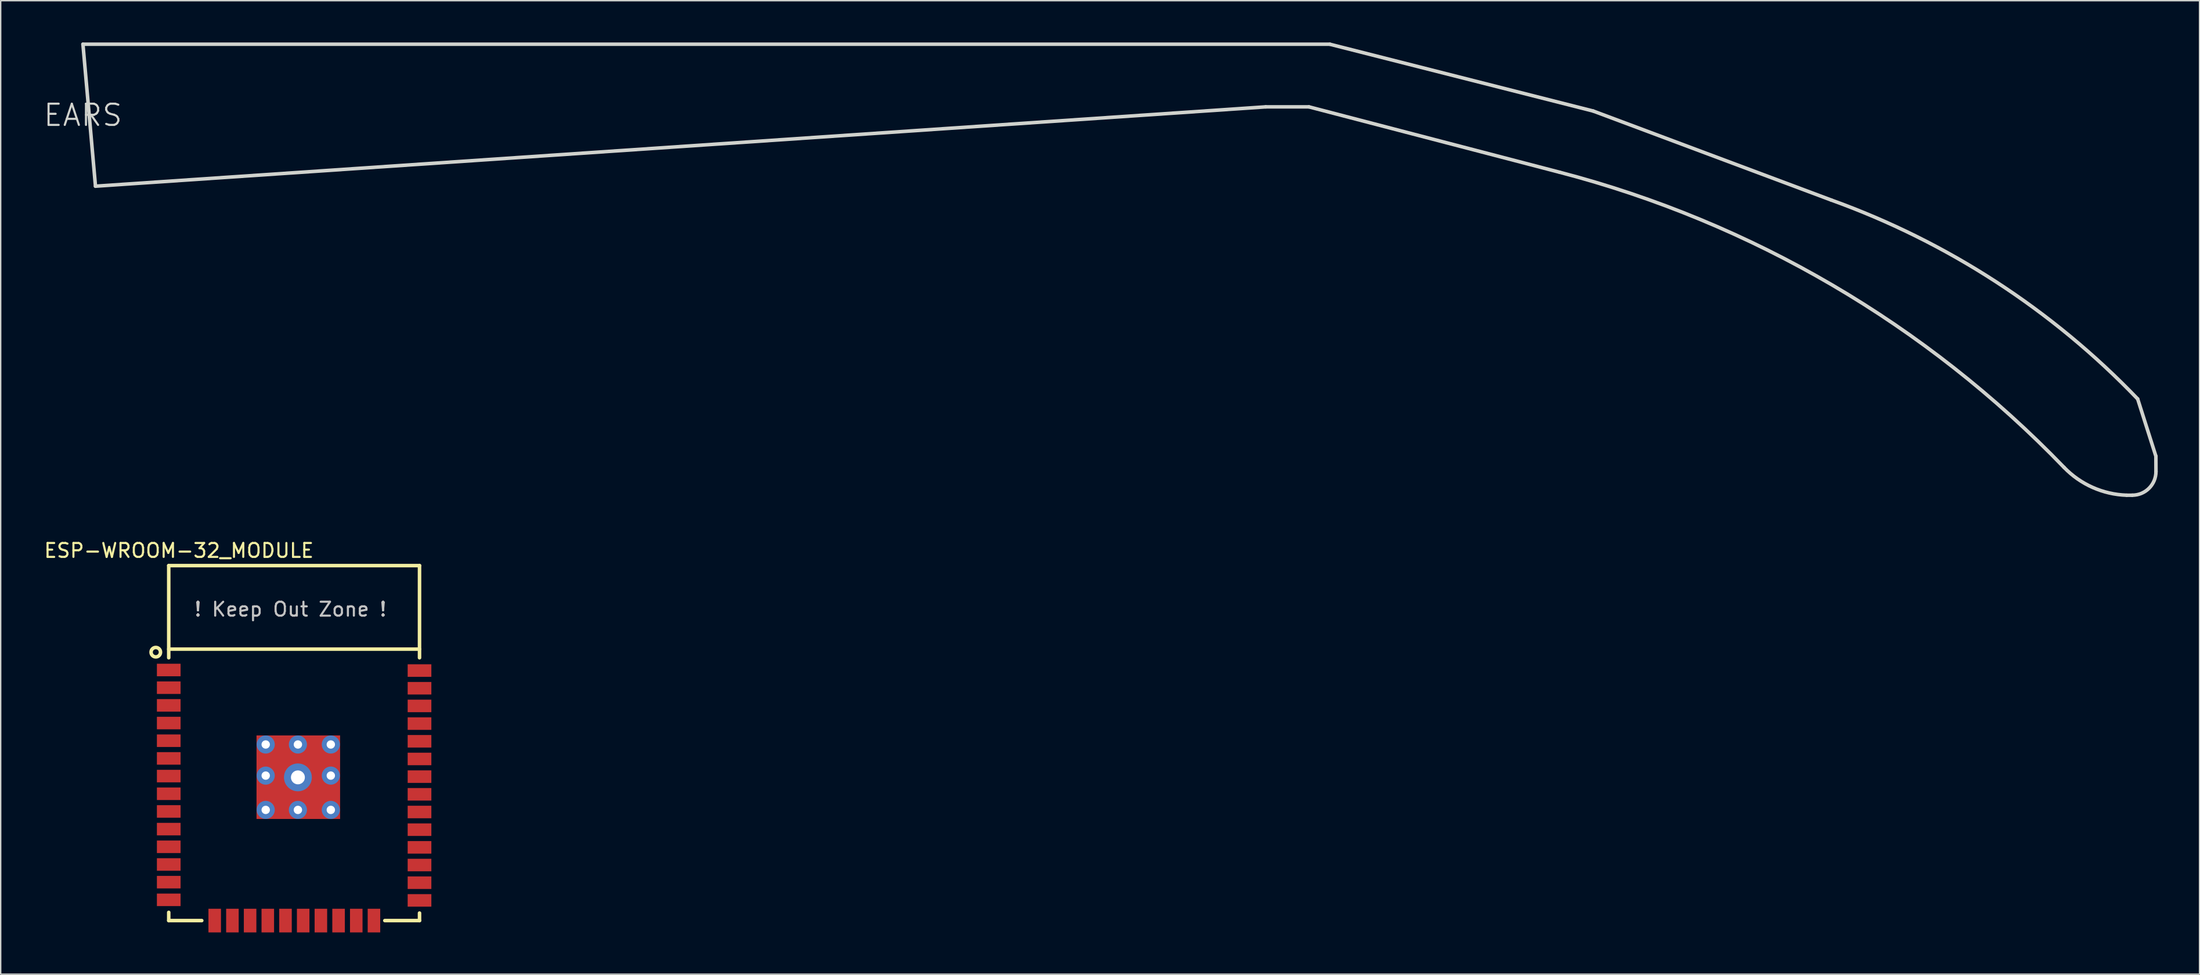
<source format=kicad_pcb>
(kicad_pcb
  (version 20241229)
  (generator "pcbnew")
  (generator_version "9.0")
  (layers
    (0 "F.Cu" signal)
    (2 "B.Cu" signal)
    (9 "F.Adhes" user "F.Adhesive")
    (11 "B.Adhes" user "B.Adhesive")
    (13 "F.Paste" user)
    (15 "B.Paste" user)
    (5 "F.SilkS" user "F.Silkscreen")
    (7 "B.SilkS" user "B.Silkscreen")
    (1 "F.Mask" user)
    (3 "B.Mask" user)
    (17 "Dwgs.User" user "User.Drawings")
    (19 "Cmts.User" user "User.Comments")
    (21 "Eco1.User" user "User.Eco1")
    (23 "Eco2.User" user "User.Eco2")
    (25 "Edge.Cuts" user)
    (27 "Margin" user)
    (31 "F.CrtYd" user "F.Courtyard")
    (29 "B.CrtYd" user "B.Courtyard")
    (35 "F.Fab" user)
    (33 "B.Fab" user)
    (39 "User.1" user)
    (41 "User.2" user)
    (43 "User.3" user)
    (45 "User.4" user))
  (footprint "ESP-WROOM-32_MODULE"
    (layer "F.Cu")
    (at 18.062 50.33)
    (property "Reference" "ESP-WROOM-32_MODULE" (at -8.27 -13.83 0) (layer "F.SilkS") (effects (font (size 1 1) (thickness 0.15))))
    (attr through_hole)
    (fp_line (start -9 -12.75) (end -9 -6.13) (stroke (width 0.254) (type solid)) (layer "F.SilkS"))
    (fp_line (start -9 -12.75) (end 9 -12.75) (stroke (width 0.254) (type solid)) (layer "F.SilkS"))
    (fp_line (start -9 -6.75) (end 9 -6.75) (stroke (width 0.254) (type solid)) (layer "F.SilkS"))
    (fp_line (start -9 12.75) (end -9 12.16) (stroke (width 0.254) (type solid)) (layer "F.SilkS"))
    (fp_line (start -9 12.75) (end -6.63 12.75) (stroke (width 0.254) (type solid)) (layer "F.SilkS"))
    (fp_line (start 9 -12.75) (end 9 -6.13) (stroke (width 0.254) (type solid)) (layer "F.SilkS"))
    (fp_line (start 9 12.75) (end 6.51 12.75) (stroke (width 0.254) (type solid)) (layer "F.SilkS"))
    (fp_line (start 9 12.75) (end 9 12.21) (stroke (width 0.254) (type solid)) (layer "F.SilkS"))
    (fp_circle (center -9.93 -6.53) (end -9.69 -6.77) (stroke (width 0.254) (type solid)) (fill no) (layer "F.SilkS"))
    (fp_text user "! Keep Out Zone !" (at -0.26 -9.61 0) (layer "Dwgs.User") (effects (font (size 1 1) (thickness 0.15))))
    (pad "" smd rect (at -0.999 1.066) (size 1.4 1.4) (layers "F.Paste"))
    (pad "" smd rect (at -0.974 3.733) (size 1.4 1.4) (layers "F.Paste"))
    (pad "" smd rect (at 1.541 1.066) (size 1.4 1.4) (layers "F.Paste"))
    (pad "" smd rect (at 1.566 3.733) (size 1.4 1.4) (layers "F.Paste"))
    (pad "1" smd rect (at -9 -5.25) (size 1.7 0.9) (layers "F.Cu" "F.Mask" "F.Paste"))
    (pad "2" smd rect (at -9 -3.98) (size 1.7 0.9) (layers "F.Cu" "F.Mask" "F.Paste"))
    (pad "3" smd rect (at -9 -2.71) (size 1.7 0.9) (layers "F.Cu" "F.Mask" "F.Paste"))
    (pad "4" smd rect (at -9 -1.44) (size 1.7 0.9) (layers "F.Cu" "F.Mask" "F.Paste"))
    (pad "5" smd rect (at -9 -0.17) (size 1.7 0.9) (layers "F.Cu" "F.Mask" "F.Paste"))
    (pad "6" smd rect (at -9 1.1) (size 1.7 0.9) (layers "F.Cu" "F.Mask" "F.Paste"))
    (pad "7" smd rect (at -9 2.37) (size 1.7 0.9) (layers "F.Cu" "F.Mask" "F.Paste"))
    (pad "8" smd rect (at -9 3.64) (size 1.7 0.9) (layers "F.Cu" "F.Mask" "F.Paste"))
    (pad "9" smd rect (at -9 4.91) (size 1.7 0.9) (layers "F.Cu" "F.Mask" "F.Paste"))
    (pad "10" smd rect (at -9 6.18) (size 1.7 0.9) (layers "F.Cu" "F.Mask" "F.Paste"))
    (pad "11" smd rect (at -9 7.45) (size 1.7 0.9) (layers "F.Cu" "F.Mask" "F.Paste"))
    (pad "12" smd rect (at -9 8.72) (size 1.7 0.9) (layers "F.Cu" "F.Mask" "F.Paste"))
    (pad "13" smd rect (at -9 9.99) (size 1.7 0.9) (layers "F.Cu" "F.Mask" "F.Paste"))
    (pad "14" smd rect (at -9 11.26) (size 1.7 0.9) (layers "F.Cu" "F.Mask" "F.Paste"))
    (pad "15" smd rect (at -5.7 12.75) (size 0.9 1.7) (layers "F.Cu" "F.Mask" "F.Paste"))
    (pad "16" smd rect (at -4.43 12.75) (size 0.9 1.7) (layers "F.Cu" "F.Mask" "F.Paste"))
    (pad "17" smd rect (at -3.16 12.75) (size 0.9 1.7) (layers "F.Cu" "F.Mask" "F.Paste"))
    (pad "18" smd rect (at -1.89 12.75) (size 0.9 1.7) (layers "F.Cu" "F.Mask" "F.Paste"))
    (pad "19" smd rect (at -0.62 12.75) (size 0.9 1.7) (layers "F.Cu" "F.Mask" "F.Paste"))
    (pad "20" smd rect (at 0.65 12.75) (size 0.9 1.7) (layers "F.Cu" "F.Mask" "F.Paste"))
    (pad "21" smd rect (at 1.92 12.75) (size 0.9 1.7) (layers "F.Cu" "F.Mask" "F.Paste"))
    (pad "22" smd rect (at 3.19 12.75) (size 0.9 1.7) (layers "F.Cu" "F.Mask" "F.Paste"))
    (pad "23" smd rect (at 4.46 12.75) (size 0.9 1.7) (layers "F.Cu" "F.Mask" "F.Paste"))
    (pad "24" smd rect (at 5.73 12.75) (size 0.9 1.7) (layers "F.Cu" "F.Mask" "F.Paste"))
    (pad "25" smd rect (at 9 11.3) (size 1.7 0.9) (layers "F.Cu" "F.Mask" "F.Paste"))
    (pad "26" smd rect (at 9 10.03) (size 1.7 0.9) (layers "F.Cu" "F.Mask" "F.Paste"))
    (pad "27" smd rect (at 9 8.76) (size 1.7 0.9) (layers "F.Cu" "F.Mask" "F.Paste"))
    (pad "28" smd rect (at 9 7.49) (size 1.7 0.9) (layers "F.Cu" "F.Mask" "F.Paste"))
    (pad "29" smd rect (at 9 6.22) (size 1.7 0.9) (layers "F.Cu" "F.Mask" "F.Paste"))
    (pad "30" smd rect (at 9 4.95) (size 1.7 0.9) (layers "F.Cu" "F.Mask" "F.Paste"))
    (pad "31" smd rect (at 9 3.68) (size 1.7 0.9) (layers "F.Cu" "F.Mask" "F.Paste"))
    (pad "32" smd rect (at 9 2.41) (size 1.7 0.9) (layers "F.Cu" "F.Mask" "F.Paste"))
    (pad "33" smd rect (at 9 1.14) (size 1.7 0.9) (layers "F.Cu" "F.Mask" "F.Paste"))
    (pad "34" smd rect (at 9 -0.13) (size 1.7 0.9) (layers "F.Cu" "F.Mask" "F.Paste"))
    (pad "35" smd rect (at 9 -1.4) (size 1.7 0.9) (layers "F.Cu" "F.Mask" "F.Paste"))
    (pad "36" smd rect (at 9 -2.67) (size 1.7 0.9) (layers "F.Cu" "F.Mask" "F.Paste"))
    (pad "37" smd rect (at 9 -3.94) (size 1.7 0.9) (layers "F.Cu" "F.Mask" "F.Paste"))
    (pad "38" smd rect (at 9 -5.21) (size 1.7 0.9) (layers "F.Cu" "F.Mask" "F.Paste"))
    (pad "39" thru_hole circle (at -2.04 0.101) (size 1.3 1.3) (drill 0.6) (layers "*.Cu" "*.Mask"))
    (pad "39" thru_hole circle (at -2.04 2.336) (size 1.3 1.3) (drill 0.6) (layers "*.Cu" "*.Mask"))
    (pad "39" thru_hole circle (at -2.04 4.8) (size 1.3 1.3) (drill 0.6) (layers "*.Cu" "*.Mask"))
    (pad "39" thru_hole circle (at 0.271 0.101) (size 1.3 1.3) (drill 0.6) (layers "*.Cu" "*.Mask"))
    (pad "39" thru_hole circle (at 0.271 2.463) (size 2 2) (drill 1) (layers "*.Cu" "*.Mask"))
    (pad "39" thru_hole circle (at 0.271 4.8) (size 1.3 1.3) (drill 0.6) (layers "*.Cu" "*.Mask"))
    (pad "39" smd rect (at 0.3 2.45) (size 6 6) (layers "F.Cu" "F.Mask"))
    (pad "39" thru_hole circle (at 2.633 0.101) (size 1.3 1.3) (drill 0.6) (layers "*.Cu" "*.Mask"))
    (pad "39" thru_hole circle (at 2.633 2.336) (size 1.3 1.3) (drill 0.6) (layers "*.Cu" "*.Mask"))
    (pad "39" thru_hole circle (at 2.633 4.8) (size 1.3 1.3) (drill 0.6) (layers "*.Cu" "*.Mask")))
  (footprint "EARS"
    (layer "F.Cu")
    (at 2.903 5.225)
    (property "Reference" "EARS" (at 0 0 0) (layer "Edge.Cuts") (effects (font (size 1.524 1.524) (thickness 0.15))))
    (attr smd)
    (fp_line (start 0 -5.098) (end 89.499 -5.098) (stroke (width 0.254) (type solid)) (layer "Edge.Cuts"))
    (fp_line (start 0.9 5.1) (end 0 -5.098) (stroke (width 0.254) (type solid)) (layer "Edge.Cuts"))
    (fp_line (start 0.9 5.1) (end 84.9 -0.599) (stroke (width 0.254) (type solid)) (layer "Edge.Cuts"))
    (fp_line (start 84.9 -0.599) (end 87.998 -0.599) (stroke (width 0.254) (type solid)) (layer "Edge.Cuts"))
    (fp_line (start 87.998 -0.599) (end 105.999 4.1) (stroke (width 0.254) (type solid)) (layer "Edge.Cuts"))
    (fp_line (start 108.4 -0.3) (end 89.499 -5.098) (stroke (width 0.254) (type solid)) (layer "Edge.Cuts"))
    (fp_line (start 108.4 -0.3) (end 125.499 6.099) (stroke (width 0.254) (type solid)) (layer "Edge.Cuts"))
    (fp_line (start 146.698 27.3) (end 147.099 27.3) (stroke (width 0.254) (type solid)) (layer "Edge.Cuts"))
    (fp_line (start 147.485 20.384) (end 148.793 24.498) (stroke (width 0.254) (type solid)) (layer "Edge.Cuts"))
    (fp_line (start 148.798 25.598) (end 148.793 24.498) (stroke (width 0.254) (type solid)) (layer "Edge.Cuts"))
    (fp_arc (start 105.99928 4.09956) (mid 125.563065 12.201022) (end 142.199813 25.30041) (stroke (width 0.254) (type solid)) (layer "Edge.Cuts"))
    (fp_arc (start 125.49886 6.09854) (mid 137.318311 11.969167) (end 147.484878 20.383713) (stroke (width 0.254) (type solid)) (layer "Edge.Cuts"))
    (fp_arc (start 146.6977 27.29992) (mid 144.253579 26.73927) (end 142.199975 25.300255) (stroke (width 0.254) (type solid)) (layer "Edge.Cuts"))
    (fp_arc (start 148.79828 25.59812) (mid 148.300578 26.799678) (end 147.09902 27.29738) (stroke (width 0.254) (type solid)) (layer "Edge.Cuts")))
  (gr_rect
    (start -3 -3)
    (end 154.828 66.93)
    (stroke (width 0.1) (type default))
    (fill no)
    (layer "Edge.Cuts")))
</source>
